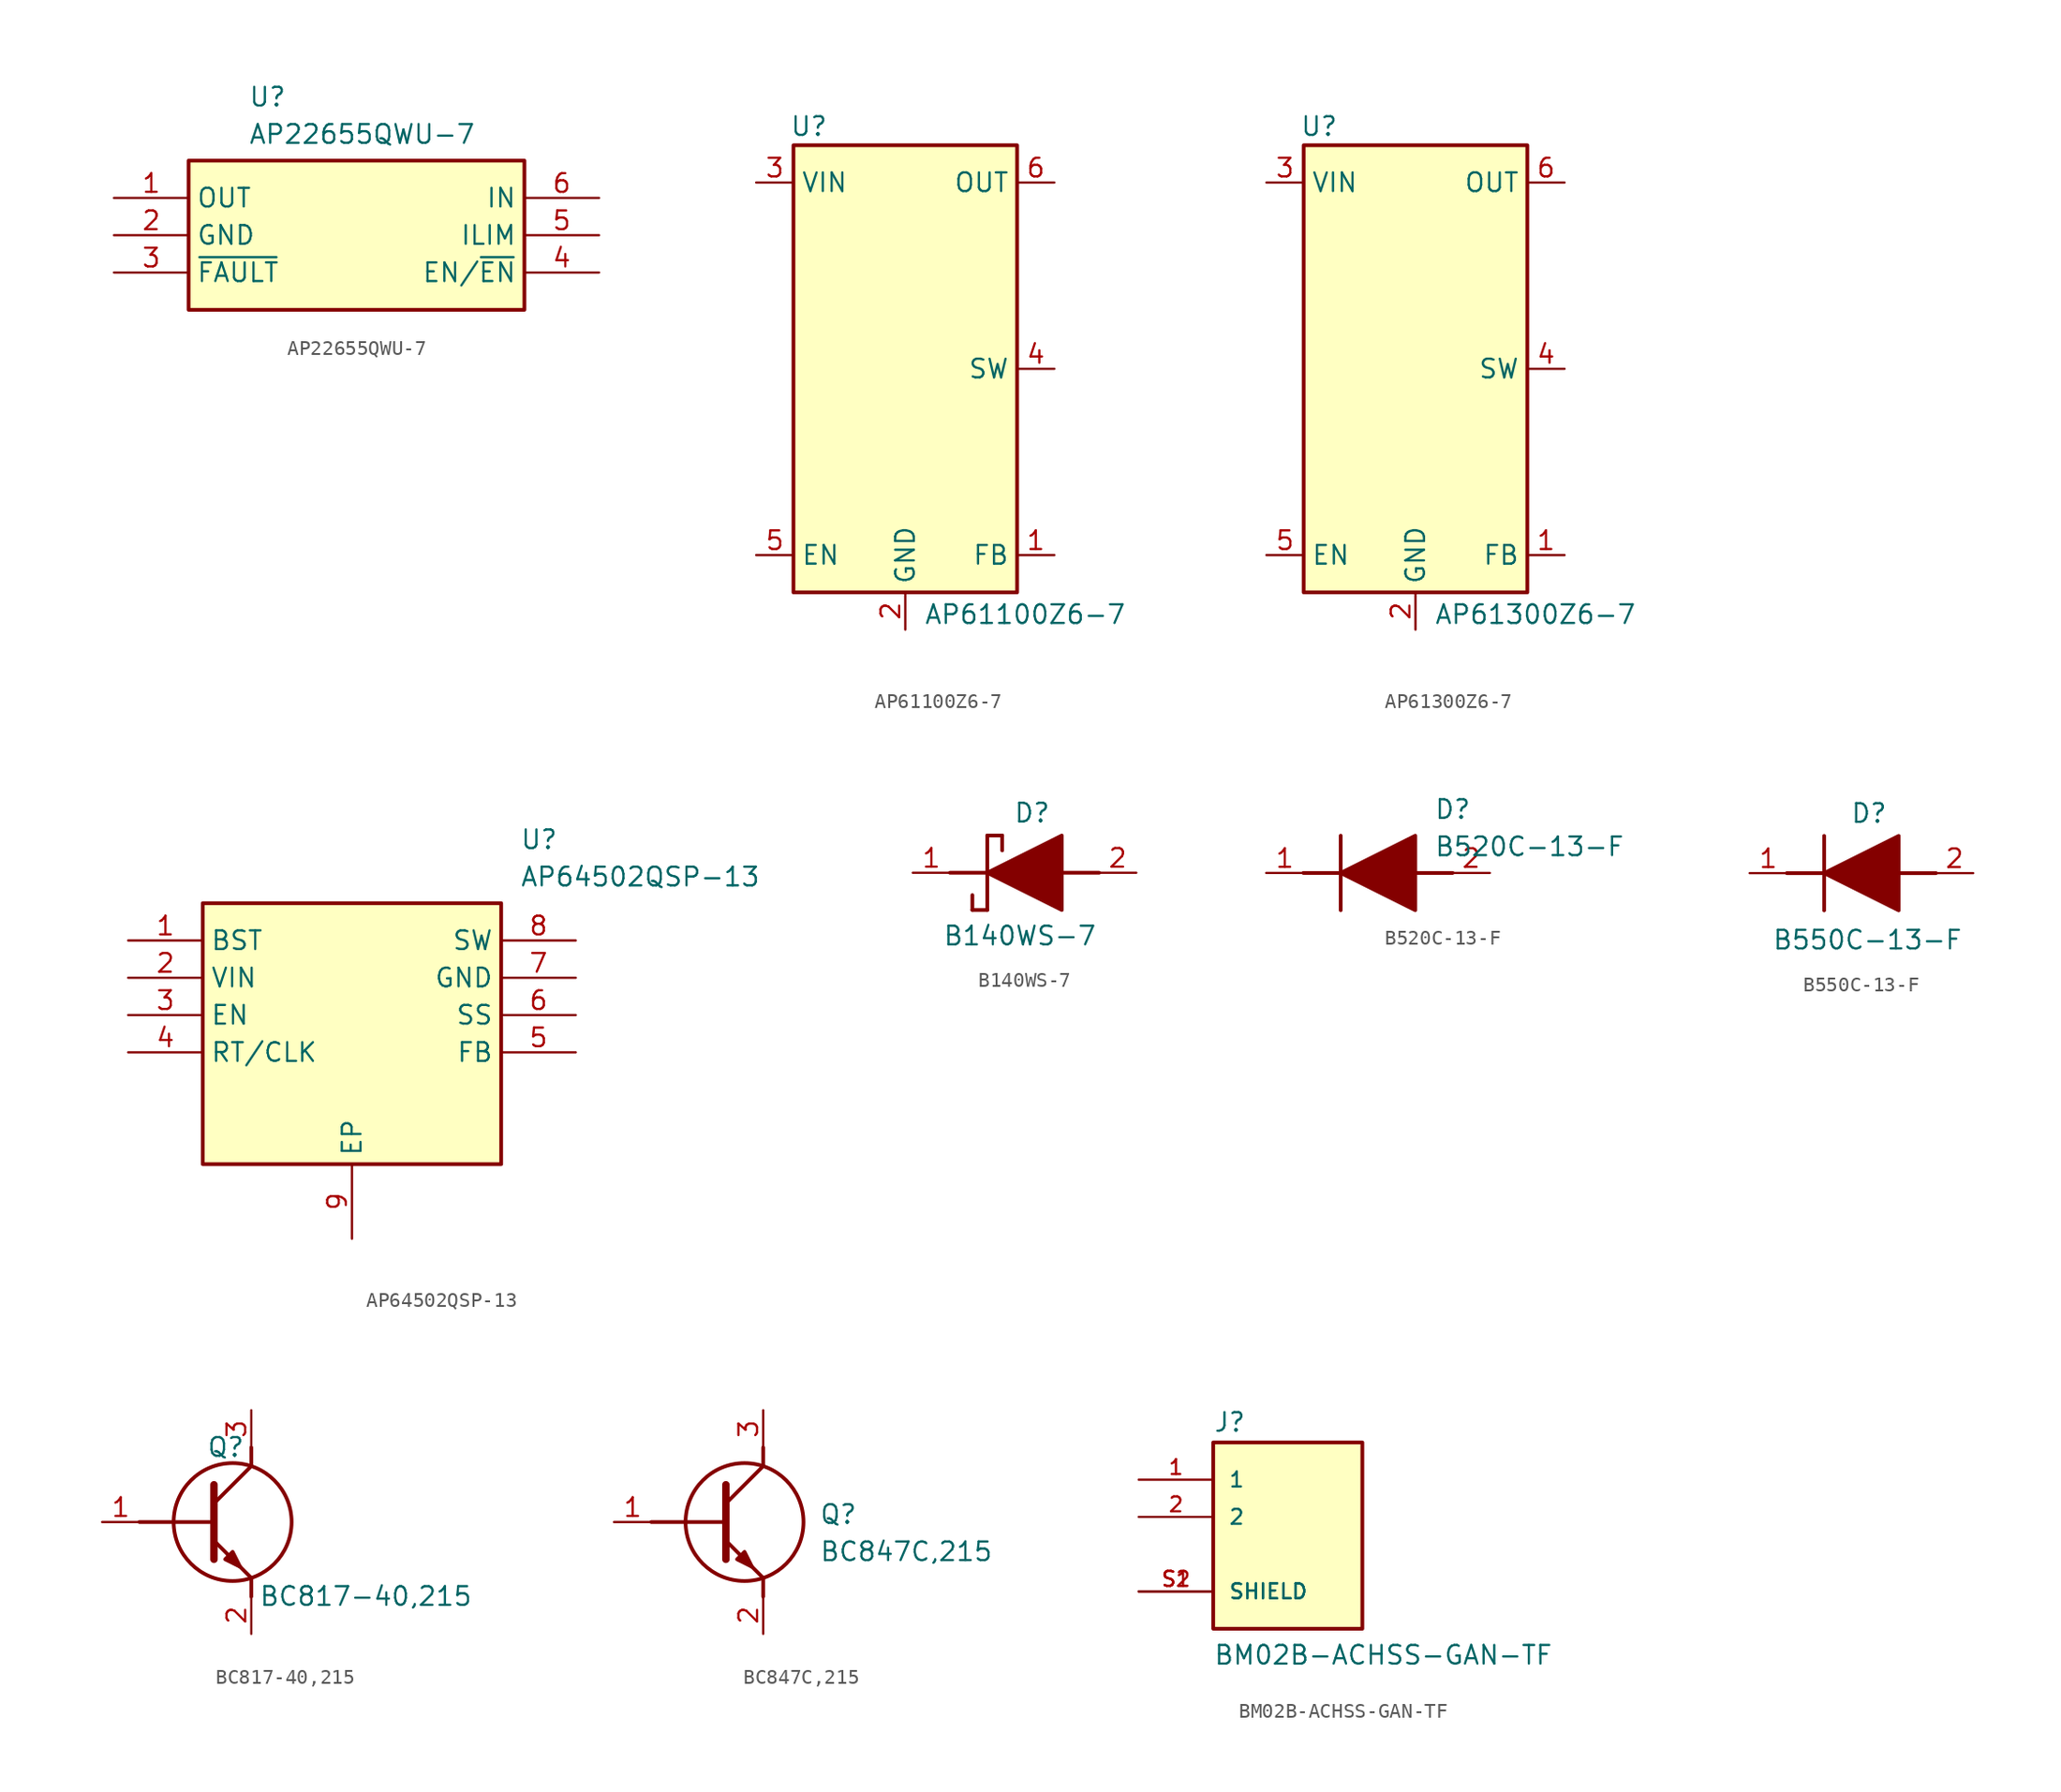
<source format=kicad_sym>
(kicad_symbol_lib
  (version 20241209)
  (generator "kicad_symbol_editor")
  (generator_version "9.0")
  (symbol "AP22655QWU-7"
    (property "Reference" "U"
      (at 9.144 7.62 0)
      (effects (font (size 1.27 1.27)) (justify left top)))
    (property "Value" "AP22655QWU-7"
      (at 9.144 5.08 0)
      (effects (font (size 1.27 1.27)) (justify left top)))
    (symbol "AP22655QWU-7_1_1"
      (rectangle (start 5.08 2.54) (end 27.94 -7.62) (stroke (width 0.254) (type default)) (fill (type background)))
      (pin passive line (at 0 0 0) (length 5.08) (name "OUT" (effects (font (size 1.27 1.27)))) (number "1" (effects (font (size 1.27 1.27)))))
      (pin passive line (at 0 -2.54 0) (length 5.08) (name "GND" (effects (font (size 1.27 1.27)))) (number "2" (effects (font (size 1.27 1.27)))))
      (pin passive line (at 0 -5.08 0) (length 5.08) (name "~{FAULT}" (effects (font (size 1.27 1.27)))) (number "3" (effects (font (size 1.27 1.27)))))
      (pin passive line (at 33.02 0 180) (length 5.08) (name "IN" (effects (font (size 1.27 1.27)))) (number "6" (effects (font (size 1.27 1.27)))))
      (pin passive line (at 33.02 -2.54 180) (length 5.08) (name "ILIM" (effects (font (size 1.27 1.27)))) (number "5" (effects (font (size 1.27 1.27)))))
      (pin passive line (at 33.02 -5.08 180) (length 5.08) (name "EN/~{EN}" (effects (font (size 1.27 1.27)))) (number "4" (effects (font (size 1.27 1.27)))))))
  (symbol "AP61100Z6-7"
    (property "Reference" "U"
      (at -7.874 17.272 0)
      (effects (font (size 1.27 1.27)) (justify left top)))
    (property "Value" "AP61100Z6-7"
      (at 1.27 -16.002 0)
      (effects (font (size 1.27 1.27)) (justify left top)))
    (symbol "AP61100Z6-7_1_1"
      (rectangle (start -7.62 15.24) (end 7.62 -15.24) (stroke (width 0.254) (type default)) (fill (type background)))
      (pin power_in line (at -10.16 12.7 0) (length 2.54) (name "VIN" (effects (font (size 1.27 1.27)))) (number "3" (effects (font (size 1.27 1.27)))))
      (pin input line (at -10.16 -12.7 0) (length 2.54) (name "EN" (effects (font (size 1.27 1.27)))) (number "5" (effects (font (size 1.27 1.27)))))
      (pin power_in line (at 0 -17.78 90) (length 2.54) (name "GND" (effects (font (size 1.27 1.27)))) (number "2" (effects (font (size 1.27 1.27)))))
      (pin power_out line (at 10.16 12.7 180) (length 2.54) (name "OUT" (effects (font (size 1.27 1.27)))) (number "6" (effects (font (size 1.27 1.27)))))
      (pin power_out line (at 10.16 0 180) (length 2.54) (name "SW" (effects (font (size 1.27 1.27)))) (number "4" (effects (font (size 1.27 1.27)))))
      (pin input line (at 10.16 -12.7 180) (length 2.54) (name "FB" (effects (font (size 1.27 1.27)))) (number "1" (effects (font (size 1.27 1.27)))))))
  (symbol "AP61300Z6-7"
    (property "Reference" "U"
      (at -7.874 17.272 0)
      (effects (font (size 1.27 1.27)) (justify left top)))
    (property "Value" "AP61300Z6-7"
      (at 1.27 -16.002 0)
      (effects (font (size 1.27 1.27)) (justify left top)))
    (symbol "AP61300Z6-7_1_1"
      (rectangle (start -7.62 15.24) (end 7.62 -15.24) (stroke (width 0.254) (type default)) (fill (type background)))
      (pin power_in line (at -10.16 12.7 0) (length 2.54) (name "VIN" (effects (font (size 1.27 1.27)))) (number "3" (effects (font (size 1.27 1.27)))))
      (pin input line (at -10.16 -12.7 0) (length 2.54) (name "EN" (effects (font (size 1.27 1.27)))) (number "5" (effects (font (size 1.27 1.27)))))
      (pin power_in line (at 0 -17.78 90) (length 2.54) (name "GND" (effects (font (size 1.27 1.27)))) (number "2" (effects (font (size 1.27 1.27)))))
      (pin power_out line (at 10.16 12.7 180) (length 2.54) (name "OUT" (effects (font (size 1.27 1.27)))) (number "6" (effects (font (size 1.27 1.27)))))
      (pin power_out line (at 10.16 0 180) (length 2.54) (name "SW" (effects (font (size 1.27 1.27)))) (number "4" (effects (font (size 1.27 1.27)))))
      (pin input line (at 10.16 -12.7 180) (length 2.54) (name "FB" (effects (font (size 1.27 1.27)))) (number "1" (effects (font (size 1.27 1.27)))))))
  (symbol "AP64502QSP-13"
    (property "Reference" "U"
      (at 26.67 7.62 0)
      (effects (font (size 1.27 1.27)) (justify left top)))
    (property "Value" "AP64502QSP-13"
      (at 26.67 5.08 0)
      (effects (font (size 1.27 1.27)) (justify left top)))
    (symbol "AP64502QSP-13_1_1"
      (rectangle (start 5.08 2.54) (end 25.4 -15.24) (stroke (width 0.254) (type default)) (fill (type background)))
      (pin passive line (at 0 0 0) (length 5.08) (name "BST" (effects (font (size 1.27 1.27)))) (number "1" (effects (font (size 1.27 1.27)))))
      (pin passive line (at 0 -2.54 0) (length 5.08) (name "VIN" (effects (font (size 1.27 1.27)))) (number "2" (effects (font (size 1.27 1.27)))))
      (pin passive line (at 0 -5.08 0) (length 5.08) (name "EN" (effects (font (size 1.27 1.27)))) (number "3" (effects (font (size 1.27 1.27)))))
      (pin passive line (at 0 -7.62 0) (length 5.08) (name "RT/CLK" (effects (font (size 1.27 1.27)))) (number "4" (effects (font (size 1.27 1.27)))))
      (pin passive line (at 15.24 -20.32 90) (length 5.08) (name "EP" (effects (font (size 1.27 1.27)))) (number "9" (effects (font (size 1.27 1.27)))))
      (pin passive line (at 30.48 0 180) (length 5.08) (name "SW" (effects (font (size 1.27 1.27)))) (number "8" (effects (font (size 1.27 1.27)))))
      (pin passive line (at 30.48 -2.54 180) (length 5.08) (name "GND" (effects (font (size 1.27 1.27)))) (number "7" (effects (font (size 1.27 1.27)))))
      (pin passive line (at 30.48 -5.08 180) (length 5.08) (name "SS" (effects (font (size 1.27 1.27)))) (number "6" (effects (font (size 1.27 1.27)))))
      (pin passive line (at 30.48 -7.62 180) (length 5.08) (name "FB" (effects (font (size 1.27 1.27)))) (number "5" (effects (font (size 1.27 1.27)))))))
  (symbol "B140WS-7"
    (pin_names
      (hide yes))
    (property "Reference" "D"
      (at -0.762 4.826 0)
      (effects (font (size 1.27 1.27)) (justify left top)))
    (property "Value" "B140WS-7"
      (at -5.588 -3.556 0)
      (effects (font (size 1.27 1.27)) (justify left top)))
    (symbol "B140WS-7_1_1"
      (polyline (pts (xy -5.08 0) (xy -2.54 0)) (stroke (width 0.254) (type default)) (fill (type none)))
      (polyline (pts (xy -3.556 -1.524) (xy -3.556 -2.54)) (stroke (width 0.254) (type default)) (fill (type none)))
      (polyline (pts (xy -2.54 2.54) (xy -2.54 -2.54)) (stroke (width 0.254) (type default)) (fill (type none)))
      (polyline (pts (xy -2.54 2.54) (xy -1.524 2.54)) (stroke (width 0.254) (type default)) (fill (type none)))
      (polyline (pts (xy -2.54 0) (xy 2.54 2.54) (xy 2.54 -2.54) (xy -2.54 0)) (stroke (width 0.254) (type default)) (fill (type outline)))
      (polyline (pts (xy -2.54 -2.54) (xy -3.556 -2.54)) (stroke (width 0.254) (type default)) (fill (type none)))
      (polyline (pts (xy -1.524 1.524) (xy -1.524 2.54)) (stroke (width 0.254) (type default)) (fill (type none)))
      (polyline (pts (xy 2.54 0) (xy 5.08 0)) (stroke (width 0.254) (type default)) (fill (type none)))
      (pin passive line (at -7.62 0 0) (length 2.54) (name "K" (effects (font (size 1.27 1.27)))) (number "1" (effects (font (size 1.27 1.27)))))
      (pin passive line (at 7.62 0 180) (length 2.54) (name "A" (effects (font (size 1.27 1.27)))) (number "2" (effects (font (size 1.27 1.27)))))))
  (symbol "B520C-13-F"
    (pin_names
      (hide yes))
    (property "Reference" "D"
      (at 11.43 5.08 0)
      (effects (font (size 1.27 1.27)) (justify left top)))
    (property "Value" "B520C-13-F"
      (at 11.43 2.54 0)
      (effects (font (size 1.27 1.27)) (justify left top)))
    (symbol "B520C-13-F_1_1"
      (polyline (pts (xy 2.54 0) (xy 5.08 0)) (stroke (width 0.254) (type default)) (fill (type none)))
      (polyline (pts (xy 5.08 2.54) (xy 5.08 -2.54)) (stroke (width 0.254) (type default)) (fill (type none)))
      (polyline (pts (xy 5.08 0) (xy 10.16 2.54) (xy 10.16 -2.54) (xy 5.08 0)) (stroke (width 0.254) (type default)) (fill (type outline)))
      (polyline (pts (xy 10.16 0) (xy 12.7 0)) (stroke (width 0.254) (type default)) (fill (type none)))
      (pin passive line (at 0 0 0) (length 2.54) (name "K" (effects (font (size 1.27 1.27)))) (number "1" (effects (font (size 1.27 1.27)))))
      (pin passive line (at 15.24 0 180) (length 2.54) (name "A" (effects (font (size 1.27 1.27)))) (number "2" (effects (font (size 1.27 1.27)))))))
  (symbol "B550C-13-F"
    (pin_names
      (hide yes))
    (property "Reference" "D"
      (at -0.762 4.826 0)
      (effects (font (size 1.27 1.27)) (justify left top)))
    (property "Value" "B550C-13-F"
      (at -6.096 -3.81 0)
      (effects (font (size 1.27 1.27)) (justify left top)))
    (symbol "B550C-13-F_1_1"
      (polyline (pts (xy -5.08 0) (xy -2.54 0)) (stroke (width 0.254) (type default)) (fill (type none)))
      (polyline (pts (xy -2.54 2.54) (xy -2.54 -2.54)) (stroke (width 0.254) (type default)) (fill (type none)))
      (polyline (pts (xy -2.54 0) (xy 2.54 2.54) (xy 2.54 -2.54) (xy -2.54 0)) (stroke (width 0.254) (type default)) (fill (type outline)))
      (polyline (pts (xy 2.54 0) (xy 5.08 0)) (stroke (width 0.254) (type default)) (fill (type none)))
      (pin passive line (at -7.62 0 0) (length 2.54) (name "K" (effects (font (size 1.27 1.27)))) (number "1" (effects (font (size 1.27 1.27)))))
      (pin passive line (at 7.62 0 180) (length 2.54) (name "A" (effects (font (size 1.27 1.27)))) (number "2" (effects (font (size 1.27 1.27)))))))
  (symbol "BC817-40,215"
    (pin_names
      (hide yes))
    (property "Reference" "Q"
      (at -0.508 5.842 0)
      (effects (font (size 1.27 1.27)) (justify left top)))
    (property "Value" "BC817-40,215"
      (at 3.048 -4.318 0)
      (effects (font (size 1.27 1.27)) (justify left top)))
    (symbol "BC817-40,215_1_1"
      (polyline (pts (xy -5.08 0) (xy 0 0)) (stroke (width 0.254) (type default)) (fill (type none)))
      (polyline (pts (xy 0 2.54) (xy 0 -2.54)) (stroke (width 0.508) (type default)) (fill (type none)))
      (polyline (pts (xy 0 1.27) (xy 2.54 3.81)) (stroke (width 0.254) (type default)) (fill (type none)))
      (polyline (pts (xy 0 -1.27) (xy 2.54 -3.81)) (stroke (width 0.254) (type default)) (fill (type none)))
      (polyline (pts (xy 0.762 -2.54) (xy 1.27 -2.032) (xy 1.778 -3.048) (xy 0.762 -2.54)) (stroke (width 0.254) (type default)) (fill (type outline)))
      (circle (center 1.27 0) (radius 4.016) (stroke (width 0.254) (type default)) (fill (type none)))
      (polyline (pts (xy 2.54 3.81) (xy 2.54 5.08)) (stroke (width 0.254) (type default)) (fill (type none)))
      (polyline (pts (xy 2.54 -3.81) (xy 2.54 -5.08)) (stroke (width 0.254) (type default)) (fill (type none)))
      (pin passive line (at -7.62 0 0) (length 2.54) (name "B" (effects (font (size 1.27 1.27)))) (number "1" (effects (font (size 1.27 1.27)))))
      (pin passive line (at 2.54 7.62 270) (length 2.54) (name "C" (effects (font (size 1.27 1.27)))) (number "3" (effects (font (size 1.27 1.27)))))
      (pin passive line (at 2.54 -7.62 90) (length 2.54) (name "E" (effects (font (size 1.27 1.27)))) (number "2" (effects (font (size 1.27 1.27)))))))
  (symbol "BC847C,215"
    (pin_names
      (hide yes))
    (property "Reference" "Q"
      (at 13.97 1.27 0)
      (effects (font (size 1.27 1.27)) (justify left top)))
    (property "Value" "BC847C,215"
      (at 13.97 -1.27 0)
      (effects (font (size 1.27 1.27)) (justify left top)))
    (symbol "BC847C,215_1_1"
      (polyline (pts (xy 2.54 0) (xy 7.62 0)) (stroke (width 0.254) (type default)) (fill (type none)))
      (polyline (pts (xy 7.62 2.54) (xy 7.62 -2.54)) (stroke (width 0.508) (type default)) (fill (type none)))
      (polyline (pts (xy 7.62 1.27) (xy 10.16 3.81)) (stroke (width 0.254) (type default)) (fill (type none)))
      (polyline (pts (xy 7.62 -1.27) (xy 10.16 -3.81)) (stroke (width 0.254) (type default)) (fill (type none)))
      (polyline (pts (xy 8.382 -2.54) (xy 8.89 -2.032) (xy 9.398 -3.048) (xy 8.382 -2.54)) (stroke (width 0.254) (type default)) (fill (type outline)))
      (circle (center 8.89 0) (radius 4.016) (stroke (width 0.254) (type default)) (fill (type none)))
      (polyline (pts (xy 10.16 3.81) (xy 10.16 5.08)) (stroke (width 0.254) (type default)) (fill (type none)))
      (polyline (pts (xy 10.16 -3.81) (xy 10.16 -5.08)) (stroke (width 0.254) (type default)) (fill (type none)))
      (pin passive line (at 0 0 0) (length 2.54) (name "B" (effects (font (size 1.27 1.27)))) (number "1" (effects (font (size 1.27 1.27)))))
      (pin passive line (at 10.16 7.62 270) (length 2.54) (name "C" (effects (font (size 1.27 1.27)))) (number "3" (effects (font (size 1.27 1.27)))))
      (pin passive line (at 10.16 -7.62 90) (length 2.54) (name "E" (effects (font (size 1.27 1.27)))) (number "2" (effects (font (size 1.27 1.27)))))))
  (symbol "BM02B-ACHSS-GAN-TF"
    (pin_names
      (offset 1.016))
    (property "Reference" "J"
      (at -5.08 8.255 0)
      (effects (font (size 1.27 1.27)) (justify left bottom)))
    (property "Value" "BM02B-ACHSS-GAN-TF"
      (at -5.08 -7.62 0)
      (effects (font (size 1.27 1.27)) (justify left bottom)))
    (symbol "BM02B-ACHSS-GAN-TF_0_0"
      (rectangle (start -5.08 -5.08) (end 5.08 7.62) (stroke (width 0.254) (type default)) (fill (type background)))
      (pin passive line (at -10.16 5.08 0) (length 5.08) (name "1" (effects (font (size 1.016 1.016)))) (number "1" (effects (font (size 1.016 1.016)))))
      (pin passive line (at -10.16 2.54 0) (length 5.08) (name "2" (effects (font (size 1.016 1.016)))) (number "2" (effects (font (size 1.016 1.016)))))
      (pin passive line (at -10.16 -2.54 0) (length 5.08) (name "SHIELD" (effects (font (size 1.016 1.016)))) (number "S1" (effects (font (size 1.016 1.016)))))
      (pin passive line (at -10.16 -2.54 0) (length 5.08) (name "SHIELD" (effects (font (size 1.016 1.016)))) (number "S2" (effects (font (size 1.016 1.016))))))))
</source>
